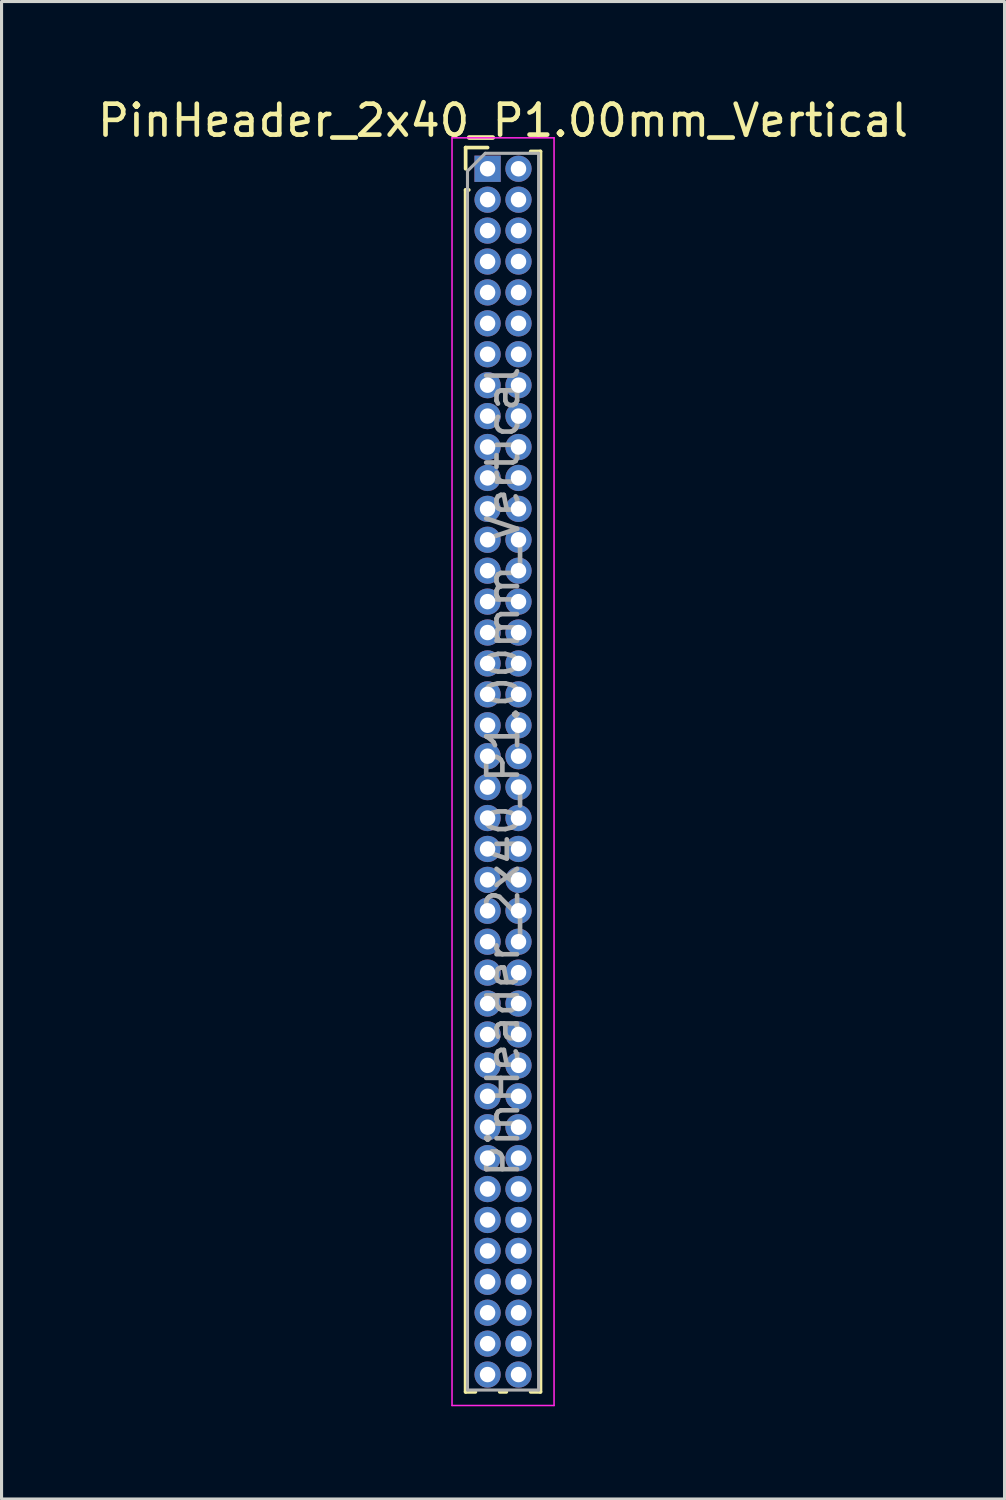
<source format=kicad_pcb>
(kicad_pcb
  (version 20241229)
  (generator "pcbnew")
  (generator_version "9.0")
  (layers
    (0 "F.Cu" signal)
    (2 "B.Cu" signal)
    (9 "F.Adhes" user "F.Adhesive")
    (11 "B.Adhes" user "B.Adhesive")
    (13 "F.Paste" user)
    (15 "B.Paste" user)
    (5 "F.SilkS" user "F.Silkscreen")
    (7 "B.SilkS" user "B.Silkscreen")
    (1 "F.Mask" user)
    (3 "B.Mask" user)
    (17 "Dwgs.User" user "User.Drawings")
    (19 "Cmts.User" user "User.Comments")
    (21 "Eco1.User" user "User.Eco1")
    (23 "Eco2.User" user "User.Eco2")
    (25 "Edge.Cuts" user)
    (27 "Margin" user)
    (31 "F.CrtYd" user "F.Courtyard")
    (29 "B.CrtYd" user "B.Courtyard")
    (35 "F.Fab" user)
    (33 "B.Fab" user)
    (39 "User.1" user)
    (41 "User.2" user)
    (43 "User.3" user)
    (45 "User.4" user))
  (footprint "PinHeader_2x40_P1.00mm_Vertical"
    (layer "F.Cu")
    (at 12.72 2.408)
    (property "Reference" "PinHeader_2x40_P1.00mm_Vertical" (at 0.5 -1.56 0) (layer "F.SilkS") (effects (font (size 1 1) (thickness 0.15))))
    (attr through_hole)
    (fp_line (start -0.71 -0.685) (end 0 -0.685) (stroke (width 0.12) (type solid)) (layer "F.SilkS"))
    (fp_line (start -0.71 0) (end -0.71 -0.685) (stroke (width 0.12) (type solid)) (layer "F.SilkS"))
    (fp_line (start -0.71 0.685) (end -0.71 39.56) (stroke (width 0.12) (type solid)) (layer "F.SilkS"))
    (fp_line (start -0.71 0.685) (end -0.608 0.685) (stroke (width 0.12) (type solid)) (layer "F.SilkS"))
    (fp_line (start -0.71 39.56) (end -0.394 39.56) (stroke (width 0.12) (type solid)) (layer "F.SilkS"))
    (fp_line (start 0.394 39.56) (end 0.606 39.56) (stroke (width 0.12) (type solid)) (layer "F.SilkS"))
    (fp_line (start 1.394 -0.56) (end 1.71 -0.56) (stroke (width 0.12) (type solid)) (layer "F.SilkS"))
    (fp_line (start 1.394 39.56) (end 1.71 39.56) (stroke (width 0.12) (type solid)) (layer "F.SilkS"))
    (fp_line (start 1.71 -0.56) (end 1.71 39.56) (stroke (width 0.12) (type solid)) (layer "F.SilkS"))
    (fp_line (start -1.15 -1) (end -1.15 40) (stroke (width 0.05) (type solid)) (layer "F.CrtYd"))
    (fp_line (start -1.15 40) (end 2.15 40) (stroke (width 0.05) (type solid)) (layer "F.CrtYd"))
    (fp_line (start 2.15 -1) (end -1.15 -1) (stroke (width 0.05) (type solid)) (layer "F.CrtYd"))
    (fp_line (start 2.15 40) (end 2.15 -1) (stroke (width 0.05) (type solid)) (layer "F.CrtYd"))
    (fp_line (start -0.65 0.075) (end -0.075 -0.5) (stroke (width 0.1) (type solid)) (layer "F.Fab"))
    (fp_line (start -0.65 39.5) (end -0.65 0.075) (stroke (width 0.1) (type solid)) (layer "F.Fab"))
    (fp_line (start -0.075 -0.5) (end 1.65 -0.5) (stroke (width 0.1) (type solid)) (layer "F.Fab"))
    (fp_line (start 1.65 -0.5) (end 1.65 39.5) (stroke (width 0.1) (type solid)) (layer "F.Fab"))
    (fp_line (start 1.65 39.5) (end -0.65 39.5) (stroke (width 0.1) (type solid)) (layer "F.Fab"))
    (fp_text user "${REFERENCE}" (at 0.5 19.5 90) (layer "F.Fab") (effects (font (size 1 1) (thickness 0.15))))
    (pad "1" thru_hole rect (at 0 0) (size 0.85 0.85) (drill 0.5) (layers "*.Cu" "*.Mask"))
    (pad "2" thru_hole oval (at 1 0) (size 0.85 0.85) (drill 0.5) (layers "*.Cu" "*.Mask"))
    (pad "3" thru_hole oval (at 0 1) (size 0.85 0.85) (drill 0.5) (layers "*.Cu" "*.Mask"))
    (pad "4" thru_hole oval (at 1 1) (size 0.85 0.85) (drill 0.5) (layers "*.Cu" "*.Mask"))
    (pad "5" thru_hole oval (at 0 2) (size 0.85 0.85) (drill 0.5) (layers "*.Cu" "*.Mask"))
    (pad "6" thru_hole oval (at 1 2) (size 0.85 0.85) (drill 0.5) (layers "*.Cu" "*.Mask"))
    (pad "7" thru_hole oval (at 0 3) (size 0.85 0.85) (drill 0.5) (layers "*.Cu" "*.Mask"))
    (pad "8" thru_hole oval (at 1 3) (size 0.85 0.85) (drill 0.5) (layers "*.Cu" "*.Mask"))
    (pad "9" thru_hole oval (at 0 4) (size 0.85 0.85) (drill 0.5) (layers "*.Cu" "*.Mask"))
    (pad "10" thru_hole oval (at 1 4) (size 0.85 0.85) (drill 0.5) (layers "*.Cu" "*.Mask"))
    (pad "11" thru_hole oval (at 0 5) (size 0.85 0.85) (drill 0.5) (layers "*.Cu" "*.Mask"))
    (pad "12" thru_hole oval (at 1 5) (size 0.85 0.85) (drill 0.5) (layers "*.Cu" "*.Mask"))
    (pad "13" thru_hole oval (at 0 6) (size 0.85 0.85) (drill 0.5) (layers "*.Cu" "*.Mask"))
    (pad "14" thru_hole oval (at 1 6) (size 0.85 0.85) (drill 0.5) (layers "*.Cu" "*.Mask"))
    (pad "15" thru_hole oval (at 0 7) (size 0.85 0.85) (drill 0.5) (layers "*.Cu" "*.Mask"))
    (pad "16" thru_hole oval (at 1 7) (size 0.85 0.85) (drill 0.5) (layers "*.Cu" "*.Mask"))
    (pad "17" thru_hole oval (at 0 8) (size 0.85 0.85) (drill 0.5) (layers "*.Cu" "*.Mask"))
    (pad "18" thru_hole oval (at 1 8) (size 0.85 0.85) (drill 0.5) (layers "*.Cu" "*.Mask"))
    (pad "19" thru_hole oval (at 0 9) (size 0.85 0.85) (drill 0.5) (layers "*.Cu" "*.Mask"))
    (pad "20" thru_hole oval (at 1 9) (size 0.85 0.85) (drill 0.5) (layers "*.Cu" "*.Mask"))
    (pad "21" thru_hole oval (at 0 10) (size 0.85 0.85) (drill 0.5) (layers "*.Cu" "*.Mask"))
    (pad "22" thru_hole oval (at 1 10) (size 0.85 0.85) (drill 0.5) (layers "*.Cu" "*.Mask"))
    (pad "23" thru_hole oval (at 0 11) (size 0.85 0.85) (drill 0.5) (layers "*.Cu" "*.Mask"))
    (pad "24" thru_hole oval (at 1 11) (size 0.85 0.85) (drill 0.5) (layers "*.Cu" "*.Mask"))
    (pad "25" thru_hole oval (at 0 12) (size 0.85 0.85) (drill 0.5) (layers "*.Cu" "*.Mask"))
    (pad "26" thru_hole oval (at 1 12) (size 0.85 0.85) (drill 0.5) (layers "*.Cu" "*.Mask"))
    (pad "27" thru_hole oval (at 0 13) (size 0.85 0.85) (drill 0.5) (layers "*.Cu" "*.Mask"))
    (pad "28" thru_hole oval (at 1 13) (size 0.85 0.85) (drill 0.5) (layers "*.Cu" "*.Mask"))
    (pad "29" thru_hole oval (at 0 14) (size 0.85 0.85) (drill 0.5) (layers "*.Cu" "*.Mask"))
    (pad "30" thru_hole oval (at 1 14) (size 0.85 0.85) (drill 0.5) (layers "*.Cu" "*.Mask"))
    (pad "31" thru_hole oval (at 0 15) (size 0.85 0.85) (drill 0.5) (layers "*.Cu" "*.Mask"))
    (pad "32" thru_hole oval (at 1 15) (size 0.85 0.85) (drill 0.5) (layers "*.Cu" "*.Mask"))
    (pad "33" thru_hole oval (at 0 16) (size 0.85 0.85) (drill 0.5) (layers "*.Cu" "*.Mask"))
    (pad "34" thru_hole oval (at 1 16) (size 0.85 0.85) (drill 0.5) (layers "*.Cu" "*.Mask"))
    (pad "35" thru_hole oval (at 0 17) (size 0.85 0.85) (drill 0.5) (layers "*.Cu" "*.Mask"))
    (pad "36" thru_hole oval (at 1 17) (size 0.85 0.85) (drill 0.5) (layers "*.Cu" "*.Mask"))
    (pad "37" thru_hole oval (at 0 18) (size 0.85 0.85) (drill 0.5) (layers "*.Cu" "*.Mask"))
    (pad "38" thru_hole oval (at 1 18) (size 0.85 0.85) (drill 0.5) (layers "*.Cu" "*.Mask"))
    (pad "39" thru_hole oval (at 0 19) (size 0.85 0.85) (drill 0.5) (layers "*.Cu" "*.Mask"))
    (pad "40" thru_hole oval (at 1 19) (size 0.85 0.85) (drill 0.5) (layers "*.Cu" "*.Mask"))
    (pad "41" thru_hole oval (at 0 20) (size 0.85 0.85) (drill 0.5) (layers "*.Cu" "*.Mask"))
    (pad "42" thru_hole oval (at 1 20) (size 0.85 0.85) (drill 0.5) (layers "*.Cu" "*.Mask"))
    (pad "43" thru_hole oval (at 0 21) (size 0.85 0.85) (drill 0.5) (layers "*.Cu" "*.Mask"))
    (pad "44" thru_hole oval (at 1 21) (size 0.85 0.85) (drill 0.5) (layers "*.Cu" "*.Mask"))
    (pad "45" thru_hole oval (at 0 22) (size 0.85 0.85) (drill 0.5) (layers "*.Cu" "*.Mask"))
    (pad "46" thru_hole oval (at 1 22) (size 0.85 0.85) (drill 0.5) (layers "*.Cu" "*.Mask"))
    (pad "47" thru_hole oval (at 0 23) (size 0.85 0.85) (drill 0.5) (layers "*.Cu" "*.Mask"))
    (pad "48" thru_hole oval (at 1 23) (size 0.85 0.85) (drill 0.5) (layers "*.Cu" "*.Mask"))
    (pad "49" thru_hole oval (at 0 24) (size 0.85 0.85) (drill 0.5) (layers "*.Cu" "*.Mask"))
    (pad "50" thru_hole oval (at 1 24) (size 0.85 0.85) (drill 0.5) (layers "*.Cu" "*.Mask"))
    (pad "51" thru_hole oval (at 0 25) (size 0.85 0.85) (drill 0.5) (layers "*.Cu" "*.Mask"))
    (pad "52" thru_hole oval (at 1 25) (size 0.85 0.85) (drill 0.5) (layers "*.Cu" "*.Mask"))
    (pad "53" thru_hole oval (at 0 26) (size 0.85 0.85) (drill 0.5) (layers "*.Cu" "*.Mask"))
    (pad "54" thru_hole oval (at 1 26) (size 0.85 0.85) (drill 0.5) (layers "*.Cu" "*.Mask"))
    (pad "55" thru_hole oval (at 0 27) (size 0.85 0.85) (drill 0.5) (layers "*.Cu" "*.Mask"))
    (pad "56" thru_hole oval (at 1 27) (size 0.85 0.85) (drill 0.5) (layers "*.Cu" "*.Mask"))
    (pad "57" thru_hole oval (at 0 28) (size 0.85 0.85) (drill 0.5) (layers "*.Cu" "*.Mask"))
    (pad "58" thru_hole oval (at 1 28) (size 0.85 0.85) (drill 0.5) (layers "*.Cu" "*.Mask"))
    (pad "59" thru_hole oval (at 0 29) (size 0.85 0.85) (drill 0.5) (layers "*.Cu" "*.Mask"))
    (pad "60" thru_hole oval (at 1 29) (size 0.85 0.85) (drill 0.5) (layers "*.Cu" "*.Mask"))
    (pad "61" thru_hole oval (at 0 30) (size 0.85 0.85) (drill 0.5) (layers "*.Cu" "*.Mask"))
    (pad "62" thru_hole oval (at 1 30) (size 0.85 0.85) (drill 0.5) (layers "*.Cu" "*.Mask"))
    (pad "63" thru_hole oval (at 0 31) (size 0.85 0.85) (drill 0.5) (layers "*.Cu" "*.Mask"))
    (pad "64" thru_hole oval (at 1 31) (size 0.85 0.85) (drill 0.5) (layers "*.Cu" "*.Mask"))
    (pad "65" thru_hole oval (at 0 32) (size 0.85 0.85) (drill 0.5) (layers "*.Cu" "*.Mask"))
    (pad "66" thru_hole oval (at 1 32) (size 0.85 0.85) (drill 0.5) (layers "*.Cu" "*.Mask"))
    (pad "67" thru_hole oval (at 0 33) (size 0.85 0.85) (drill 0.5) (layers "*.Cu" "*.Mask"))
    (pad "68" thru_hole oval (at 1 33) (size 0.85 0.85) (drill 0.5) (layers "*.Cu" "*.Mask"))
    (pad "69" thru_hole oval (at 0 34) (size 0.85 0.85) (drill 0.5) (layers "*.Cu" "*.Mask"))
    (pad "70" thru_hole oval (at 1 34) (size 0.85 0.85) (drill 0.5) (layers "*.Cu" "*.Mask"))
    (pad "71" thru_hole oval (at 0 35) (size 0.85 0.85) (drill 0.5) (layers "*.Cu" "*.Mask"))
    (pad "72" thru_hole oval (at 1 35) (size 0.85 0.85) (drill 0.5) (layers "*.Cu" "*.Mask"))
    (pad "73" thru_hole oval (at 0 36) (size 0.85 0.85) (drill 0.5) (layers "*.Cu" "*.Mask"))
    (pad "74" thru_hole oval (at 1 36) (size 0.85 0.85) (drill 0.5) (layers "*.Cu" "*.Mask"))
    (pad "75" thru_hole oval (at 0 37) (size 0.85 0.85) (drill 0.5) (layers "*.Cu" "*.Mask"))
    (pad "76" thru_hole oval (at 1 37) (size 0.85 0.85) (drill 0.5) (layers "*.Cu" "*.Mask"))
    (pad "77" thru_hole oval (at 0 38) (size 0.85 0.85) (drill 0.5) (layers "*.Cu" "*.Mask"))
    (pad "78" thru_hole oval (at 1 38) (size 0.85 0.85) (drill 0.5) (layers "*.Cu" "*.Mask"))
    (pad "79" thru_hole oval (at 0 39) (size 0.85 0.85) (drill 0.5) (layers "*.Cu" "*.Mask"))
    (pad "80" thru_hole oval (at 1 39) (size 0.85 0.85) (drill 0.5) (layers "*.Cu" "*.Mask")))
  (gr_rect
    (start -3 -3)
    (end 29.44 45.433)
    (stroke (width 0.1) (type default))
    (fill no)
    (layer "Edge.Cuts")))
</source>
